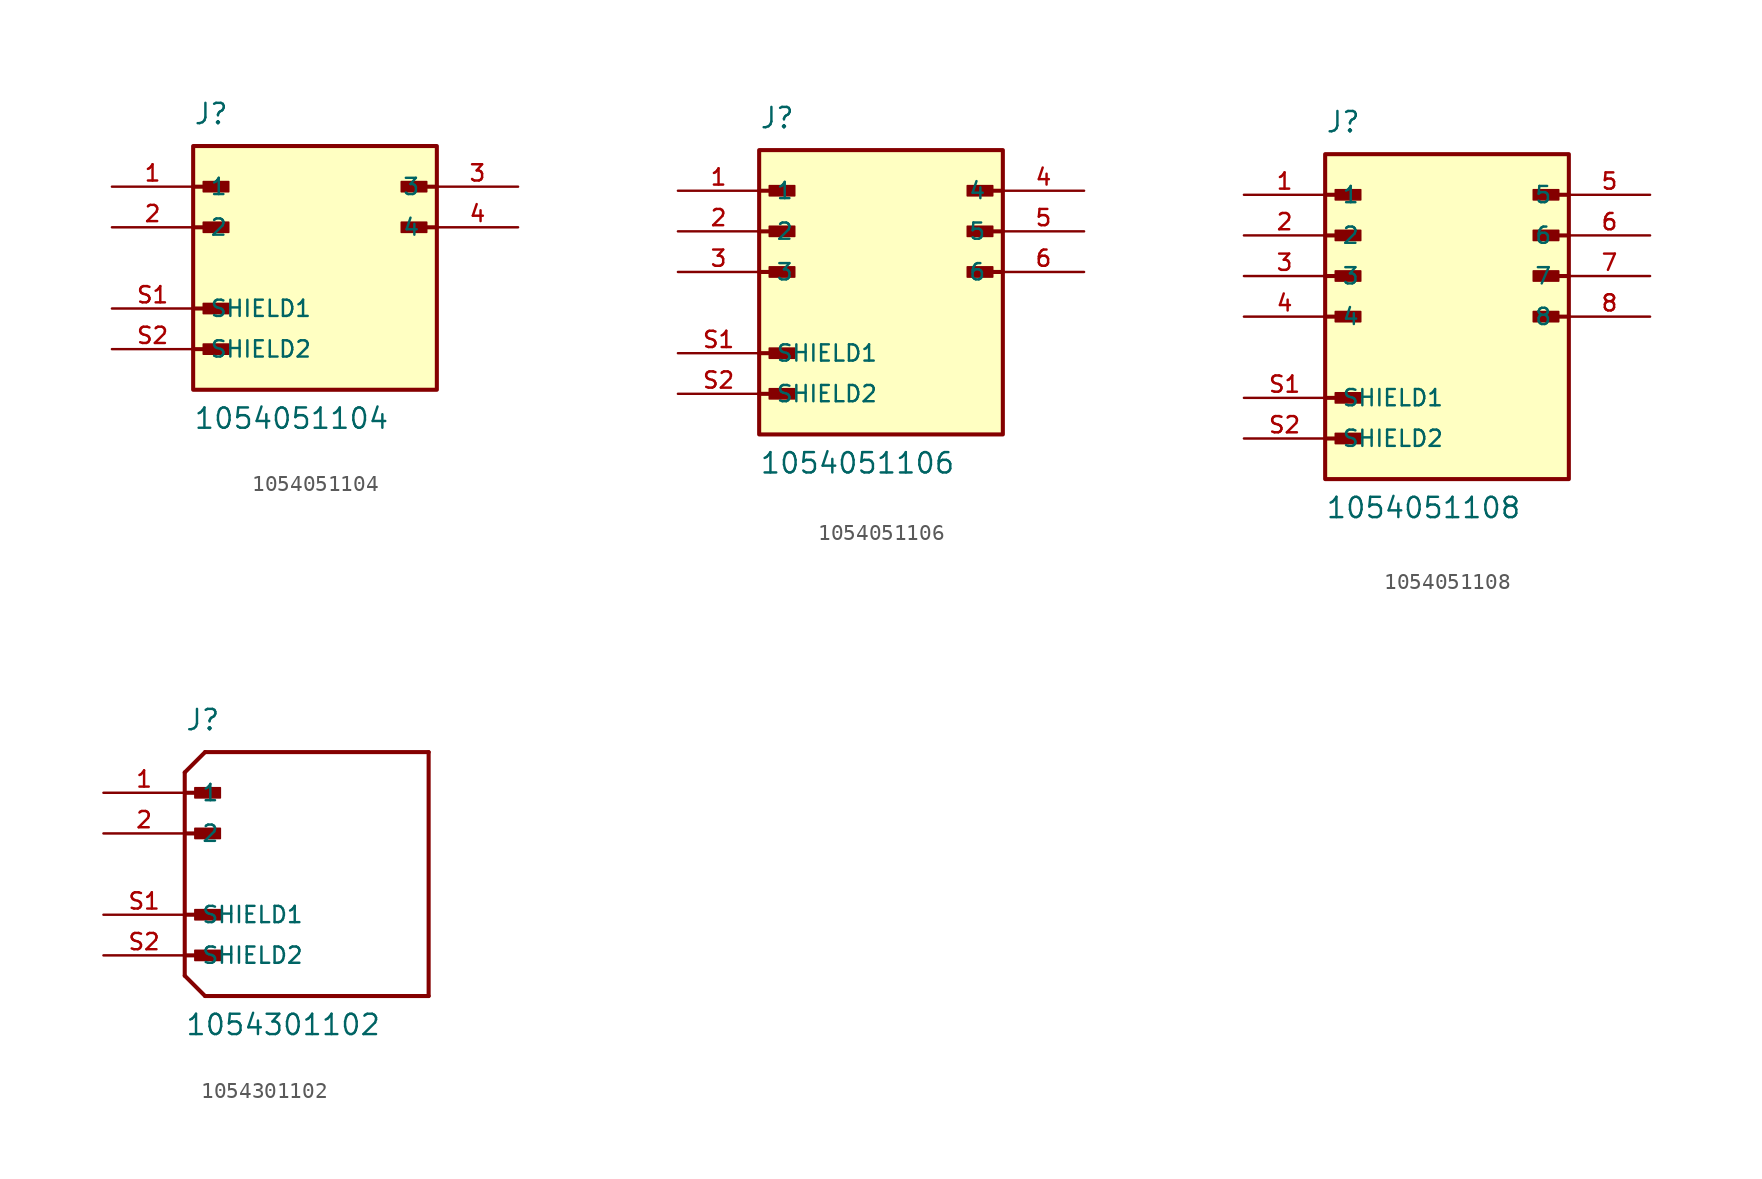
<source format=kicad_sym>
(kicad_symbol_lib
  (version 20211014)
  (generator kicad_symbol_editor)
  (symbol "1054051104"
    (pin_names
      (offset 1.016))
    (property "Reference" "J"
      (at -7.62 8.89 0)
      (effects (font (size 1.27 1.27)) (justify bottom left)))
    (property "Value" "1054051104"
      (at -7.62 -10.16 0)
      (effects (font (size 1.27 1.27)) (justify bottom left)))
    (symbol "1054051104_0_0"
      (rectangle (start -6.985 4.763) (end -5.397 5.397) (stroke (width 0.1)) (fill (type outline)))
      (polyline (pts (xy -7.62 2.54) (xy -5.715 2.54)) (stroke (width 0.254)))
      (rectangle (start -6.985 2.223) (end -5.397 2.857) (stroke (width 0.1)) (fill (type outline)))
      (polyline (pts (xy -7.62 5.08) (xy -5.715 5.08)) (stroke (width 0.254)))
      (rectangle (start 5.397 4.763) (end 6.985 5.397) (stroke (width 0.1)) (fill (type outline)))
      (polyline (pts (xy 7.62 2.54) (xy 5.715 2.54)) (stroke (width 0.254)))
      (rectangle (start 5.397 2.223) (end 6.985 2.857) (stroke (width 0.1)) (fill (type outline)))
      (polyline (pts (xy 7.62 5.08) (xy 5.715 5.08)) (stroke (width 0.254)))
      (rectangle (start -6.985 -2.857) (end -5.397 -2.223) (stroke (width 0.1)) (fill (type outline)))
      (polyline (pts (xy -7.62 -5.08) (xy -5.715 -5.08)) (stroke (width 0.254)))
      (rectangle (start -6.985 -5.397) (end -5.397 -4.763) (stroke (width 0.1)) (fill (type outline)))
      (polyline (pts (xy -7.62 -2.54) (xy -5.715 -2.54)) (stroke (width 0.254)))
      (rectangle (start -7.62 -7.62) (end 7.62 7.62) (stroke (width 0.254)) (fill (type background)))
      (pin passive line (at -12.7 5.08 0) (length 5.08) (name "1" (effects (font (size 1.016 1.016)))) (number "1" (effects (font (size 1.016 1.016)))))
      (pin passive line (at -12.7 2.54 0) (length 5.08) (name "2" (effects (font (size 1.016 1.016)))) (number "2" (effects (font (size 1.016 1.016)))))
      (pin passive line (at 12.7 5.08 180.0) (length 5.08) (name "3" (effects (font (size 1.016 1.016)))) (number "3" (effects (font (size 1.016 1.016)))))
      (pin passive line (at 12.7 2.54 180.0) (length 5.08) (name "4" (effects (font (size 1.016 1.016)))) (number "4" (effects (font (size 1.016 1.016)))))
      (pin passive line (at -12.7 -2.54 0) (length 5.08) (name "SHIELD1" (effects (font (size 1.016 1.016)))) (number "S1" (effects (font (size 1.016 1.016)))))
      (pin passive line (at -12.7 -5.08 0) (length 5.08) (name "SHIELD2" (effects (font (size 1.016 1.016)))) (number "S2" (effects (font (size 1.016 1.016)))))))
  (symbol "1054051106"
    (pin_names
      (offset 1.016))
    (property "Reference" "J"
      (at -7.62 8.89 0)
      (effects (font (size 1.27 1.27)) (justify bottom left)))
    (property "Value" "1054051106"
      (at -7.62 -12.7 0)
      (effects (font (size 1.27 1.27)) (justify bottom left)))
    (symbol "1054051106_0_0"
      (rectangle (start -6.985 4.763) (end -5.397 5.397) (stroke (width 0.1)) (fill (type outline)))
      (polyline (pts (xy -7.62 2.54) (xy -5.715 2.54)) (stroke (width 0.254)))
      (rectangle (start -6.985 2.223) (end -5.397 2.857) (stroke (width 0.1)) (fill (type outline)))
      (polyline (pts (xy -7.62 0.0) (xy -5.715 0.0)) (stroke (width 0.254)))
      (rectangle (start -6.985 -0.318) (end -5.397 0.318) (stroke (width 0.1)) (fill (type outline)))
      (polyline (pts (xy -7.62 5.08) (xy -5.715 5.08)) (stroke (width 0.254)))
      (rectangle (start 5.397 4.763) (end 6.985 5.397) (stroke (width 0.1)) (fill (type outline)))
      (polyline (pts (xy 7.62 2.54) (xy 5.715 2.54)) (stroke (width 0.254)))
      (rectangle (start 5.397 2.223) (end 6.985 2.857) (stroke (width 0.1)) (fill (type outline)))
      (polyline (pts (xy 7.62 0.0) (xy 5.715 0.0)) (stroke (width 0.254)))
      (rectangle (start 5.397 -0.318) (end 6.985 0.318) (stroke (width 0.1)) (fill (type outline)))
      (polyline (pts (xy 7.62 5.08) (xy 5.715 5.08)) (stroke (width 0.254)))
      (polyline (pts (xy -7.62 -5.08) (xy -5.715 -5.08)) (stroke (width 0.254)))
      (rectangle (start -6.985 -5.397) (end -5.397 -4.763) (stroke (width 0.1)) (fill (type outline)))
      (polyline (pts (xy -7.62 -7.62) (xy -5.715 -7.62)) (stroke (width 0.254)))
      (rectangle (start -6.985 -7.938) (end -5.397 -7.303) (stroke (width 0.1)) (fill (type outline)))
      (rectangle (start -7.62 -10.16) (end 7.62 7.62) (stroke (width 0.254)) (fill (type background)))
      (pin passive line (at -12.7 5.08 0) (length 5.08) (name "1" (effects (font (size 1.016 1.016)))) (number "1" (effects (font (size 1.016 1.016)))))
      (pin passive line (at -12.7 2.54 0) (length 5.08) (name "2" (effects (font (size 1.016 1.016)))) (number "2" (effects (font (size 1.016 1.016)))))
      (pin passive line (at -12.7 0.0 0) (length 5.08) (name "3" (effects (font (size 1.016 1.016)))) (number "3" (effects (font (size 1.016 1.016)))))
      (pin passive line (at 12.7 5.08 180.0) (length 5.08) (name "4" (effects (font (size 1.016 1.016)))) (number "4" (effects (font (size 1.016 1.016)))))
      (pin passive line (at 12.7 2.54 180.0) (length 5.08) (name "5" (effects (font (size 1.016 1.016)))) (number "5" (effects (font (size 1.016 1.016)))))
      (pin passive line (at 12.7 0.0 180.0) (length 5.08) (name "6" (effects (font (size 1.016 1.016)))) (number "6" (effects (font (size 1.016 1.016)))))
      (pin passive line (at -12.7 -5.08 0) (length 5.08) (name "SHIELD1" (effects (font (size 1.016 1.016)))) (number "S1" (effects (font (size 1.016 1.016)))))
      (pin passive line (at -12.7 -7.62 0) (length 5.08) (name "SHIELD2" (effects (font (size 1.016 1.016)))) (number "S2" (effects (font (size 1.016 1.016)))))))
  (symbol "1054051108"
    (pin_names
      (offset 1.016))
    (property "Reference" "J"
      (at -7.62 11.43 0)
      (effects (font (size 1.27 1.27)) (justify bottom left)))
    (property "Value" "1054051108"
      (at -7.62 -12.7 0)
      (effects (font (size 1.27 1.27)) (justify bottom left)))
    (symbol "1054051108_0_0"
      (rectangle (start -6.985 7.303) (end -5.397 7.938) (stroke (width 0.1)) (fill (type outline)))
      (polyline (pts (xy -7.62 5.08) (xy -5.715 5.08)) (stroke (width 0.254)))
      (rectangle (start -6.985 4.763) (end -5.397 5.397) (stroke (width 0.1)) (fill (type outline)))
      (polyline (pts (xy -7.62 2.54) (xy -5.715 2.54)) (stroke (width 0.254)))
      (rectangle (start -6.985 2.223) (end -5.397 2.857) (stroke (width 0.1)) (fill (type outline)))
      (polyline (pts (xy -7.62 0.0) (xy -5.715 0.0)) (stroke (width 0.254)))
      (rectangle (start -6.985 -0.318) (end -5.397 0.318) (stroke (width 0.1)) (fill (type outline)))
      (polyline (pts (xy -7.62 7.62) (xy -5.715 7.62)) (stroke (width 0.254)))
      (rectangle (start 5.397 7.303) (end 6.985 7.938) (stroke (width 0.1)) (fill (type outline)))
      (polyline (pts (xy 7.62 5.08) (xy 5.715 5.08)) (stroke (width 0.254)))
      (rectangle (start 5.397 4.763) (end 6.985 5.397) (stroke (width 0.1)) (fill (type outline)))
      (polyline (pts (xy 7.62 2.54) (xy 5.715 2.54)) (stroke (width 0.254)))
      (rectangle (start 5.397 2.223) (end 6.985 2.857) (stroke (width 0.1)) (fill (type outline)))
      (polyline (pts (xy 7.62 0.0) (xy 5.715 0.0)) (stroke (width 0.254)))
      (rectangle (start 5.397 -0.318) (end 6.985 0.318) (stroke (width 0.1)) (fill (type outline)))
      (polyline (pts (xy 7.62 7.62) (xy 5.715 7.62)) (stroke (width 0.254)))
      (polyline (pts (xy -7.62 -5.08) (xy -5.715 -5.08)) (stroke (width 0.254)))
      (rectangle (start -6.985 -5.397) (end -5.397 -4.763) (stroke (width 0.1)) (fill (type outline)))
      (polyline (pts (xy -7.62 -7.62) (xy -5.715 -7.62)) (stroke (width 0.254)))
      (rectangle (start -6.985 -7.938) (end -5.397 -7.303) (stroke (width 0.1)) (fill (type outline)))
      (rectangle (start -7.62 -10.16) (end 7.62 10.16) (stroke (width 0.254)) (fill (type background)))
      (pin passive line (at -12.7 7.62 0) (length 5.08) (name "1" (effects (font (size 1.016 1.016)))) (number "1" (effects (font (size 1.016 1.016)))))
      (pin passive line (at -12.7 5.08 0) (length 5.08) (name "2" (effects (font (size 1.016 1.016)))) (number "2" (effects (font (size 1.016 1.016)))))
      (pin passive line (at -12.7 2.54 0) (length 5.08) (name "3" (effects (font (size 1.016 1.016)))) (number "3" (effects (font (size 1.016 1.016)))))
      (pin passive line (at -12.7 0.0 0) (length 5.08) (name "4" (effects (font (size 1.016 1.016)))) (number "4" (effects (font (size 1.016 1.016)))))
      (pin passive line (at 12.7 7.62 180.0) (length 5.08) (name "5" (effects (font (size 1.016 1.016)))) (number "5" (effects (font (size 1.016 1.016)))))
      (pin passive line (at 12.7 5.08 180.0) (length 5.08) (name "6" (effects (font (size 1.016 1.016)))) (number "6" (effects (font (size 1.016 1.016)))))
      (pin passive line (at 12.7 2.54 180.0) (length 5.08) (name "7" (effects (font (size 1.016 1.016)))) (number "7" (effects (font (size 1.016 1.016)))))
      (pin passive line (at 12.7 0.0 180.0) (length 5.08) (name "8" (effects (font (size 1.016 1.016)))) (number "8" (effects (font (size 1.016 1.016)))))
      (pin passive line (at -12.7 -5.08 0) (length 5.08) (name "SHIELD1" (effects (font (size 1.016 1.016)))) (number "S1" (effects (font (size 1.016 1.016)))))
      (pin passive line (at -12.7 -7.62 0) (length 5.08) (name "SHIELD2" (effects (font (size 1.016 1.016)))) (number "S2" (effects (font (size 1.016 1.016)))))))
  (symbol "1054301102"
    (pin_names
      (offset 1.016))
    (property "Reference" "J"
      (at -7.62 8.89 0)
      (effects (font (size 1.27 1.27)) (justify bottom left)))
    (property "Value" "1054301102"
      (at -7.62 -10.16 0)
      (effects (font (size 1.27 1.27)) (justify bottom left)))
    (symbol "1054301102_0_0"
      (polyline (pts (xy -7.62 6.35) (xy -6.35 7.62)) (stroke (width 0.254)))
      (polyline (pts (xy -7.62 6.35) (xy -7.62 5.08)) (stroke (width 0.254)))
      (polyline (pts (xy -7.62 5.08) (xy -7.62 -2.54)) (stroke (width 0.254)))
      (polyline (pts (xy -7.62 -2.54) (xy -7.62 -5.08)) (stroke (width 0.254)))
      (polyline (pts (xy -7.62 -5.08) (xy -7.62 -6.35)) (stroke (width 0.254)))
      (polyline (pts (xy -7.62 -6.35) (xy -6.35 -7.62)) (stroke (width 0.254)))
      (polyline (pts (xy -6.35 -7.62) (xy 7.62 -7.62)) (stroke (width 0.254)))
      (polyline (pts (xy 7.62 -7.62) (xy 7.62 7.62)) (stroke (width 0.254)))
      (polyline (pts (xy 7.62 7.62) (xy -6.35 7.62)) (stroke (width 0.254)))
      (polyline (pts (xy -7.62 5.08) (xy -5.715 5.08)) (stroke (width 0.254)))
      (rectangle (start -6.985 4.763) (end -5.397 5.397) (stroke (width 0.1)) (fill (type outline)))
      (polyline (pts (xy -7.62 2.54) (xy -5.715 2.54)) (stroke (width 0.254)))
      (rectangle (start -6.985 2.223) (end -5.397 2.857) (stroke (width 0.1)) (fill (type outline)))
      (polyline (pts (xy -7.62 -2.54) (xy -5.715 -2.54)) (stroke (width 0.254)))
      (polyline (pts (xy -7.62 -5.08) (xy -5.715 -5.08)) (stroke (width 0.254)))
      (rectangle (start -6.985 -2.857) (end -5.397 -2.223) (stroke (width 0.1)) (fill (type outline)))
      (rectangle (start -6.985 -5.397) (end -5.397 -4.763) (stroke (width 0.1)) (fill (type outline)))
      (pin passive line (at -12.7 5.08 0) (length 5.08) (name "1" (effects (font (size 1.016 1.016)))) (number "1" (effects (font (size 1.016 1.016)))))
      (pin passive line (at -12.7 2.54 0) (length 5.08) (name "2" (effects (font (size 1.016 1.016)))) (number "2" (effects (font (size 1.016 1.016)))))
      (pin passive line (at -12.7 -2.54 0) (length 5.08) (name "SHIELD1" (effects (font (size 1.016 1.016)))) (number "S1" (effects (font (size 1.016 1.016)))))
      (pin passive line (at -12.7 -5.08 0) (length 5.08) (name "SHIELD2" (effects (font (size 1.016 1.016)))) (number "S2" (effects (font (size 1.016 1.016))))))))
</source>
